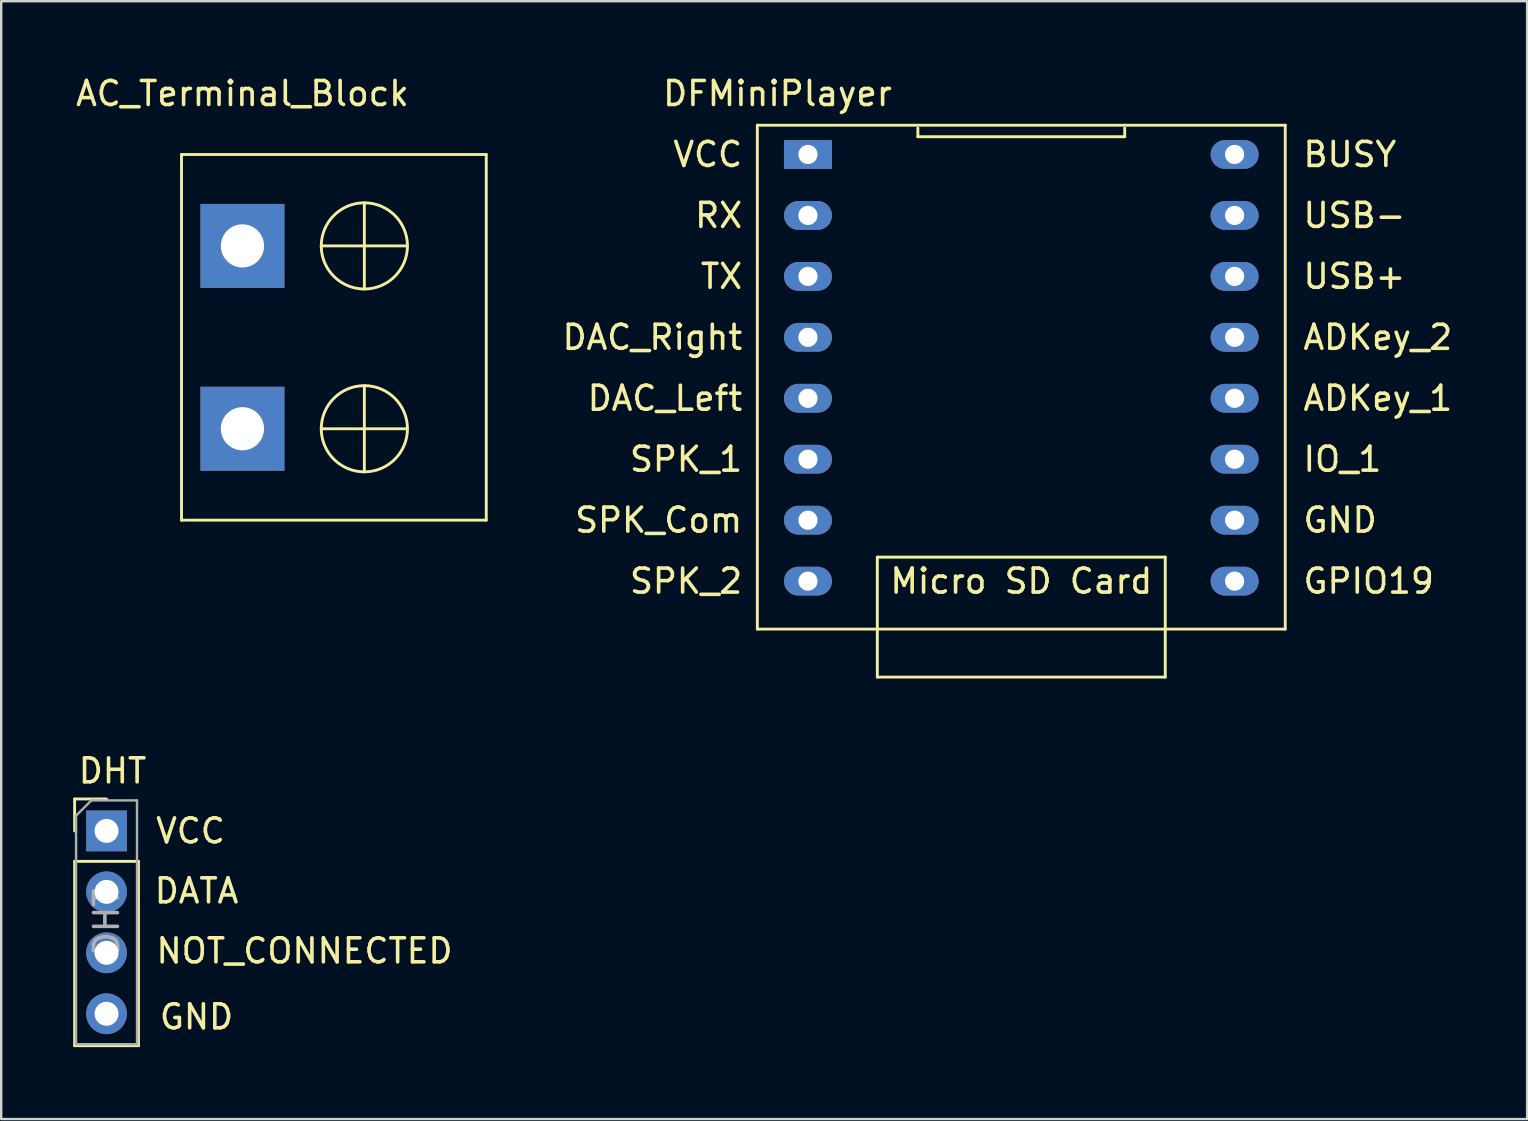
<source format=kicad_pcb>
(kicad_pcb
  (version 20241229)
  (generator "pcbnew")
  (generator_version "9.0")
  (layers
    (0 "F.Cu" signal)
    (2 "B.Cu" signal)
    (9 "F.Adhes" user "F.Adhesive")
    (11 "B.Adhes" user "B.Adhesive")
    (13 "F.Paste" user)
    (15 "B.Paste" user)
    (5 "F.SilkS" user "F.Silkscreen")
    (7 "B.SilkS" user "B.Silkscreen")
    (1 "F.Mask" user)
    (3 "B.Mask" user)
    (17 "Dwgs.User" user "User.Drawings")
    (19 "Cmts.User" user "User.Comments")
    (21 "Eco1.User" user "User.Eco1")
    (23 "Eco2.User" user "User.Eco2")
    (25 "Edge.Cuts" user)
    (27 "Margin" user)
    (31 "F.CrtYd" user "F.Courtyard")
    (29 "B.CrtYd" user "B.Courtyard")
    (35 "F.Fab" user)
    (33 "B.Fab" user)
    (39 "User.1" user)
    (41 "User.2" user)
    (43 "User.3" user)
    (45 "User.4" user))
  (footprint "DHT"
    (layer "F.Cu")
    (at 1.39 35.827)
    (property "Reference" "DHT" (at 0.25 -6.75 0) (layer "F.SilkS") (effects (font (size 1 1) (thickness 0.15))))
    (attr through_hole)
    (fp_line (start -1.33 -5.58) (end 0 -5.58) (stroke (width 0.12) (type solid)) (layer "F.SilkS"))
    (fp_line (start -1.33 -4.25) (end -1.33 -5.58) (stroke (width 0.12) (type solid)) (layer "F.SilkS"))
    (fp_line (start -1.33 -2.98) (end -1.33 4.7) (stroke (width 0.12) (type solid)) (layer "F.SilkS"))
    (fp_line (start -1.33 -2.98) (end 1.33 -2.98) (stroke (width 0.12) (type solid)) (layer "F.SilkS"))
    (fp_line (start -1.33 4.7) (end 1.33 4.7) (stroke (width 0.12) (type solid)) (layer "F.SilkS"))
    (fp_line (start 1.33 -2.98) (end 1.33 4.7) (stroke (width 0.12) (type solid)) (layer "F.SilkS"))
    (fp_line (start -1.27 -4.885) (end -0.635 -5.52) (stroke (width 0.1) (type solid)) (layer "F.Fab"))
    (fp_line (start -1.27 4.64) (end -1.27 -4.885) (stroke (width 0.1) (type solid)) (layer "F.Fab"))
    (fp_line (start -0.635 -5.52) (end 1.27 -5.52) (stroke (width 0.1) (type solid)) (layer "F.Fab"))
    (fp_line (start 1.27 -5.52) (end 1.27 4.64) (stroke (width 0.1) (type solid)) (layer "F.Fab"))
    (fp_line (start 1.27 4.64) (end -1.27 4.64) (stroke (width 0.1) (type solid)) (layer "F.Fab"))
    (fp_text user "VCC" (at 3.5 -4.25 0) (layer "F.SilkS") (effects (font (size 1 1) (thickness 0.15))))
    (fp_text user "DATA" (at 3.75 -1.75 0) (layer "F.SilkS") (effects (font (size 1 1) (thickness 0.15))))
    (fp_text user "GND" (at 3.75 3.5 0) (layer "F.SilkS") (effects (font (size 1 1) (thickness 0.15))))
    (fp_text user "NOT_CONNECTED" (at 8.25 0.75 0) (layer "F.SilkS") (effects (font (size 1 1) (thickness 0.15))))
    (fp_text user "${REFERENCE}" (at 0 -0.44 90) (layer "F.Fab") (effects (font (size 1 1) (thickness 0.15))))
    (pad "1" thru_hole rect (at 0 -4.25) (size 1.7 1.7) (drill 1) (layers "*.Cu" "*.Mask"))
    (pad "2" thru_hole oval (at 0 -1.71) (size 1.7 1.7) (drill 1) (layers "*.Cu" "*.Mask"))
    (pad "3" thru_hole oval (at 0 0.83) (size 1.7 1.7) (drill 1) (layers "*.Cu" "*.Mask"))
    (pad "4" thru_hole oval (at 0 3.37) (size 1.7 1.7) (drill 1) (layers "*.Cu" "*.Mask")))
  (footprint "DFMiniPlayer"
    (layer "F.Cu")
    (at 39.511 21.168)
    (property "Reference" "DFMiniPlayer" (at -10.16 -20.32 0) (layer "F.SilkS") (effects (font (size 1 1) (thickness 0.15))))
    (attr through_hole)
    (fp_line (start -11 -19) (end 11 -19) (stroke (width 0.12) (type solid)) (layer "F.SilkS"))
    (fp_line (start -11 2) (end -11 -19) (stroke (width 0.12) (type solid)) (layer "F.SilkS"))
    (fp_line (start -11 2) (end 11 2) (stroke (width 0.12) (type solid)) (layer "F.SilkS"))
    (fp_line (start -6 -1) (end 6 -1) (stroke (width 0.12) (type solid)) (layer "F.SilkS"))
    (fp_line (start -6 4) (end -6 -1) (stroke (width 0.12) (type solid)) (layer "F.SilkS"))
    (fp_line (start -6 4) (end 6 4) (stroke (width 0.12) (type solid)) (layer "F.SilkS"))
    (fp_line (start -4.31 -18.52) (end -4.31 -18.88) (stroke (width 0.12) (type solid)) (layer "F.SilkS"))
    (fp_line (start 4.31 -18.88) (end 4.31 -18.52) (stroke (width 0.12) (type solid)) (layer "F.SilkS"))
    (fp_line (start 4.31 -18.52) (end -4.31 -18.52) (stroke (width 0.12) (type solid)) (layer "F.SilkS"))
    (fp_line (start 6 4) (end 6 -1) (stroke (width 0.12) (type solid)) (layer "F.SilkS"))
    (fp_line (start 11 -19) (end 11 2) (stroke (width 0.12) (type solid)) (layer "F.SilkS"))
    (fp_text user "GPIO19" (at 14.478 0 0) (unlocked yes) (layer "F.SilkS") (effects (font (size 1 1) (thickness 0.15))))
    (fp_text user "SPK_1" (at -13.97 -5.08 0) (unlocked yes) (layer "F.SilkS") (effects (font (size 1 1) (thickness 0.15))))
    (fp_text user "TX" (at -12.494 -12.7 0) (unlocked yes) (layer "F.SilkS") (effects (font (size 1 1) (thickness 0.15))))
    (fp_text user "SPK_Com" (at -15.113 -2.54 0) (unlocked yes) (layer "F.SilkS") (effects (font (size 1 1) (thickness 0.15))))
    (fp_text user "ADKey_1" (at 14.859 -7.62 0) (unlocked yes) (layer "F.SilkS") (effects (font (size 1 1) (thickness 0.15))))
    (fp_text user "RX" (at -12.613 -15.24 0) (unlocked yes) (layer "F.SilkS") (effects (font (size 1 1) (thickness 0.15))))
    (fp_text user "ADKey_2" (at 14.859 -10.16 0) (unlocked yes) (layer "F.SilkS") (effects (font (size 1 1) (thickness 0.15))))
    (fp_text user "BUSY" (at 13.692 -17.78 0) (unlocked yes) (layer "F.SilkS") (effects (font (size 1 1) (thickness 0.15))))
    (fp_text user "DAC_Right" (at -15.375 -10.16 0) (unlocked yes) (layer "F.SilkS") (effects (font (size 1 1) (thickness 0.15))))
    (fp_text user "VCC" (at -13.065 -17.78 0) (unlocked yes) (layer "F.SilkS") (effects (font (size 1 1) (thickness 0.15))))
    (fp_text user "USB+" (at 13.883 -12.7 0) (unlocked yes) (layer "F.SilkS") (effects (font (size 1 1) (thickness 0.15))))
    (fp_text user "SPK_2" (at -13.97 0 0) (unlocked yes) (layer "F.SilkS") (effects (font (size 1 1) (thickness 0.15))))
    (fp_text user "GND" (at 13.288 -2.54 0) (unlocked yes) (layer "F.SilkS") (effects (font (size 1 1) (thickness 0.15))))
    (fp_text user "Micro SD Card" (at 0 0 0) (layer "F.SilkS") (effects (font (size 1 1) (thickness 0.15))))
    (fp_text user "IO_1" (at 13.383 -5.08 0) (unlocked yes) (layer "F.SilkS") (effects (font (size 1 1) (thickness 0.15))))
    (fp_text user "DAC_Left" (at -14.851 -7.62 0) (unlocked yes) (layer "F.SilkS") (effects (font (size 1 1) (thickness 0.15))))
    (fp_text user "USB-" (at 13.883 -15.24 0) (unlocked yes) (layer "F.SilkS") (effects (font (size 1 1) (thickness 0.15))))
    (pad "1" thru_hole rect (at -8.89 -17.78 270) (size 1.2 2) (drill 0.8) (layers "*.Cu" "*.Mask"))
    (pad "2" thru_hole oval (at -8.89 -15.24 270) (size 1.2 2) (drill 0.8) (layers "*.Cu" "*.Mask"))
    (pad "3" thru_hole oval (at -8.89 -12.7 270) (size 1.2 2) (drill 0.8) (layers "*.Cu" "*.Mask"))
    (pad "4" thru_hole oval (at -8.89 -10.16 270) (size 1.2 2) (drill 0.8) (layers "*.Cu" "*.Mask"))
    (pad "5" thru_hole oval (at -8.89 -7.62 270) (size 1.2 2) (drill 0.8) (layers "*.Cu" "*.Mask"))
    (pad "6" thru_hole oval (at -8.89 -5.08 270) (size 1.2 2) (drill 0.8) (layers "*.Cu" "*.Mask"))
    (pad "7" thru_hole oval (at -8.89 -2.54 270) (size 1.2 2) (drill 0.8) (layers "*.Cu" "*.Mask"))
    (pad "8" thru_hole oval (at -8.89 0 270) (size 1.2 2) (drill 0.8) (layers "*.Cu" "*.Mask"))
    (pad "9" thru_hole oval (at 8.89 0 270) (size 1.2 2) (drill 0.8) (layers "*.Cu" "*.Mask"))
    (pad "10" thru_hole oval (at 8.89 -2.54 270) (size 1.2 2) (drill 0.8) (layers "*.Cu" "*.Mask"))
    (pad "11" thru_hole oval (at 8.89 -5.08 270) (size 1.2 2) (drill 0.8) (layers "*.Cu" "*.Mask"))
    (pad "12" thru_hole oval (at 8.89 -7.62 270) (size 1.2 2) (drill 0.8) (layers "*.Cu" "*.Mask"))
    (pad "13" thru_hole oval (at 8.89 -10.16 270) (size 1.2 2) (drill 0.8) (layers "*.Cu" "*.Mask"))
    (pad "14" thru_hole oval (at 8.89 -12.7 270) (size 1.2 2) (drill 0.8) (layers "*.Cu" "*.Mask"))
    (pad "15" thru_hole oval (at 8.89 -15.24 270) (size 1.2 2) (drill 0.8) (layers "*.Cu" "*.Mask"))
    (pad "16" thru_hole oval (at 8.89 -17.78 270) (size 1.2 2) (drill 0.8) (layers "*.Cu" "*.Mask")))
  (footprint "AC_Terminal_Block"
    (layer "F.Cu")
    (at 12.134 9.738)
    (property "Reference" "AC_Terminal_Block" (at -5.08 -8.89 0) (layer "F.SilkS") (effects (font (size 1 1) (thickness 0.15))))
    (attr through_hole)
    (fp_line (start -7.62 -6.35) (end 5.08 -6.35) (stroke (width 0.12) (type solid)) (layer "F.SilkS"))
    (fp_line (start -7.62 8.89) (end -7.62 -6.35) (stroke (width 0.12) (type solid)) (layer "F.SilkS"))
    (fp_line (start -7.62 8.89) (end 5.08 8.89) (stroke (width 0.12) (type solid)) (layer "F.SilkS"))
    (fp_line (start -1.796 -2.54) (end 1.796 -2.54) (stroke (width 0.12) (type solid)) (layer "F.SilkS"))
    (fp_line (start -1.796 5.08) (end 1.796 5.08) (stroke (width 0.12) (type solid)) (layer "F.SilkS"))
    (fp_line (start 0 -4.336) (end 0 -0.744) (stroke (width 0.12) (type solid)) (layer "F.SilkS"))
    (fp_line (start 0 3.284) (end 0 6.876) (stroke (width 0.12) (type solid)) (layer "F.SilkS"))
    (fp_line (start 5.08 8.89) (end 5.08 -6.35) (stroke (width 0.12) (type solid)) (layer "F.SilkS"))
    (fp_circle (center 0 -2.54) (end 1.27 -1.27) (stroke (width 0.12) (type solid)) (fill no) (layer "F.SilkS"))
    (fp_circle (center 0 5.08) (end 1.27 6.35) (stroke (width 0.12) (type solid)) (fill no) (layer "F.SilkS"))
    (pad "1" thru_hole rect (at -5.08 5.08) (size 3.5 3.5) (drill 1.8) (layers "*.Cu" "*.Mask"))
    (pad "2" thru_hole rect (at -5.08 -2.54) (size 3.5 3.5) (drill 1.8) (layers "*.Cu" "*.Mask")))
  (gr_rect
    (start -3 -3)
    (end 60.591 43.587)
    (stroke (width 0.1) (type default))
    (fill no)
    (layer "Edge.Cuts")))
</source>
